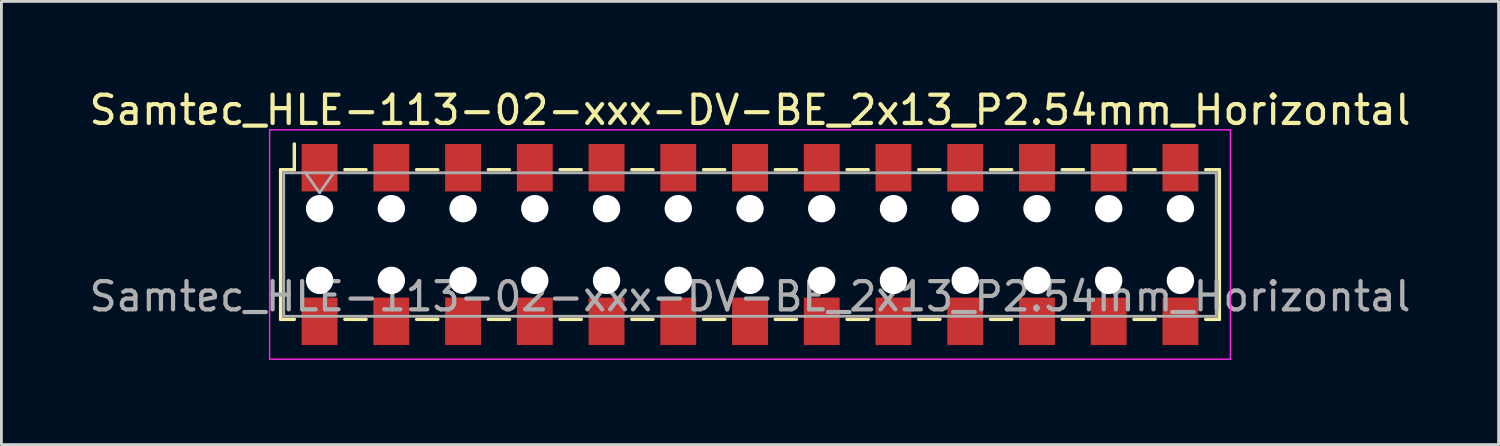
<source format=kicad_pcb>
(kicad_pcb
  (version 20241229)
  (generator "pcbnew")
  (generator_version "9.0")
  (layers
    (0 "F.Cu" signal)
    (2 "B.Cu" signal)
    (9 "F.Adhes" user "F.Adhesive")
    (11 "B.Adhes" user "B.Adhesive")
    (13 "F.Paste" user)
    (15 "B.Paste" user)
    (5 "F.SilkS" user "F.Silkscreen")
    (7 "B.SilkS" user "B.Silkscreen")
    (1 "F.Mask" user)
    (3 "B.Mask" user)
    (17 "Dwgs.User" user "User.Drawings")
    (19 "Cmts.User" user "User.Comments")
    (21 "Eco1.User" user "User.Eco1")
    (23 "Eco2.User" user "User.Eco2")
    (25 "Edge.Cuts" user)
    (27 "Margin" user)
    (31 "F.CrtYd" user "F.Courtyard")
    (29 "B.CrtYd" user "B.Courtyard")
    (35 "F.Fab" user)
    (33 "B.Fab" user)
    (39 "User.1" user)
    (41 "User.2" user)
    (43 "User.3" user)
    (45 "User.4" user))
  (footprint "Samtec_HLE-113-02-xxx-DV-BE_2x13_P2.54mm_Horizontal"
    (layer "F.Cu")
    (at 23.506 5.608)
    (property "Reference" "Samtec_HLE-113-02-xxx-DV-BE_2x13_P2.54mm_Horizontal" (at 0 -4.76 0) (layer "F.SilkS") (effects (font (size 1 1) (thickness 0.15))))
    (attr smd)
    (fp_line (start -16.62 -2.65) (end -16.62 2.65) (stroke (width 0.12) (type solid)) (layer "F.SilkS"))
    (fp_line (start -16.62 2.65) (end -16.135 2.65) (stroke (width 0.12) (type solid)) (layer "F.SilkS"))
    (fp_line (start -16.135 -3.56) (end -16.135 -2.65) (stroke (width 0.12) (type solid)) (layer "F.SilkS"))
    (fp_line (start -16.135 -2.65) (end -16.62 -2.65) (stroke (width 0.12) (type solid)) (layer "F.SilkS"))
    (fp_line (start -14.345 -2.65) (end -13.595 -2.65) (stroke (width 0.12) (type solid)) (layer "F.SilkS"))
    (fp_line (start -14.345 2.65) (end -13.595 2.65) (stroke (width 0.12) (type solid)) (layer "F.SilkS"))
    (fp_line (start -11.805 -2.65) (end -11.055 -2.65) (stroke (width 0.12) (type solid)) (layer "F.SilkS"))
    (fp_line (start -11.805 2.65) (end -11.055 2.65) (stroke (width 0.12) (type solid)) (layer "F.SilkS"))
    (fp_line (start -9.265 -2.65) (end -8.515 -2.65) (stroke (width 0.12) (type solid)) (layer "F.SilkS"))
    (fp_line (start -9.265 2.65) (end -8.515 2.65) (stroke (width 0.12) (type solid)) (layer "F.SilkS"))
    (fp_line (start -6.725 -2.65) (end -5.975 -2.65) (stroke (width 0.12) (type solid)) (layer "F.SilkS"))
    (fp_line (start -6.725 2.65) (end -5.975 2.65) (stroke (width 0.12) (type solid)) (layer "F.SilkS"))
    (fp_line (start -4.185 -2.65) (end -3.435 -2.65) (stroke (width 0.12) (type solid)) (layer "F.SilkS"))
    (fp_line (start -4.185 2.65) (end -3.435 2.65) (stroke (width 0.12) (type solid)) (layer "F.SilkS"))
    (fp_line (start -1.645 -2.65) (end -0.895 -2.65) (stroke (width 0.12) (type solid)) (layer "F.SilkS"))
    (fp_line (start -1.645 2.65) (end -0.895 2.65) (stroke (width 0.12) (type solid)) (layer "F.SilkS"))
    (fp_line (start 0.895 -2.65) (end 1.645 -2.65) (stroke (width 0.12) (type solid)) (layer "F.SilkS"))
    (fp_line (start 0.895 2.65) (end 1.645 2.65) (stroke (width 0.12) (type solid)) (layer "F.SilkS"))
    (fp_line (start 3.435 -2.65) (end 4.185 -2.65) (stroke (width 0.12) (type solid)) (layer "F.SilkS"))
    (fp_line (start 3.435 2.65) (end 4.185 2.65) (stroke (width 0.12) (type solid)) (layer "F.SilkS"))
    (fp_line (start 5.975 -2.65) (end 6.725 -2.65) (stroke (width 0.12) (type solid)) (layer "F.SilkS"))
    (fp_line (start 5.975 2.65) (end 6.725 2.65) (stroke (width 0.12) (type solid)) (layer "F.SilkS"))
    (fp_line (start 8.515 -2.65) (end 9.265 -2.65) (stroke (width 0.12) (type solid)) (layer "F.SilkS"))
    (fp_line (start 8.515 2.65) (end 9.265 2.65) (stroke (width 0.12) (type solid)) (layer "F.SilkS"))
    (fp_line (start 11.055 -2.65) (end 11.805 -2.65) (stroke (width 0.12) (type solid)) (layer "F.SilkS"))
    (fp_line (start 11.055 2.65) (end 11.805 2.65) (stroke (width 0.12) (type solid)) (layer "F.SilkS"))
    (fp_line (start 13.595 -2.65) (end 14.345 -2.65) (stroke (width 0.12) (type solid)) (layer "F.SilkS"))
    (fp_line (start 13.595 2.65) (end 14.345 2.65) (stroke (width 0.12) (type solid)) (layer "F.SilkS"))
    (fp_line (start 16.135 -2.65) (end 16.62 -2.65) (stroke (width 0.12) (type solid)) (layer "F.SilkS"))
    (fp_line (start 16.62 -2.65) (end 16.62 2.65) (stroke (width 0.12) (type solid)) (layer "F.SilkS"))
    (fp_line (start 16.62 2.65) (end 16.135 2.65) (stroke (width 0.12) (type solid)) (layer "F.SilkS"))
    (fp_line (start -17.01 -4.06) (end 17.01 -4.06) (stroke (width 0.05) (type solid)) (layer "F.CrtYd"))
    (fp_line (start -17.01 4.06) (end -17.01 -4.06) (stroke (width 0.05) (type solid)) (layer "F.CrtYd"))
    (fp_line (start 17.01 -4.06) (end 17.01 4.06) (stroke (width 0.05) (type solid)) (layer "F.CrtYd"))
    (fp_line (start 17.01 4.06) (end -17.01 4.06) (stroke (width 0.05) (type solid)) (layer "F.CrtYd"))
    (fp_line (start -16.51 -2.54) (end 16.51 -2.54) (stroke (width 0.1) (type solid)) (layer "F.Fab"))
    (fp_line (start -16.51 2.54) (end -16.51 -2.54) (stroke (width 0.1) (type solid)) (layer "F.Fab"))
    (fp_line (start -15.74 -2.54) (end -15.24 -1.833) (stroke (width 0.1) (type solid)) (layer "F.Fab"))
    (fp_line (start -15.24 -1.833) (end -14.74 -2.54) (stroke (width 0.1) (type solid)) (layer "F.Fab"))
    (fp_line (start 16.51 -2.54) (end 16.51 2.54) (stroke (width 0.1) (type solid)) (layer "F.Fab"))
    (fp_line (start 16.51 2.54) (end -16.51 2.54) (stroke (width 0.1) (type solid)) (layer "F.Fab"))
    (fp_text user "${REFERENCE}" (at 0 1.84 0) (layer "F.Fab") (effects (font (size 1 1) (thickness 0.15))))
    (pad "" np_thru_hole circle (at -15.24 -1.27) (size 0.97 0.97) (drill 0.97) (layers "*.Cu" "*.Mask"))
    (pad "" np_thru_hole circle (at -15.24 1.27) (size 0.97 0.97) (drill 0.97) (layers "*.Cu" "*.Mask"))
    (pad "" np_thru_hole circle (at -12.7 -1.27) (size 0.97 0.97) (drill 0.97) (layers "*.Cu" "*.Mask"))
    (pad "" np_thru_hole circle (at -12.7 1.27) (size 0.97 0.97) (drill 0.97) (layers "*.Cu" "*.Mask"))
    (pad "" np_thru_hole circle (at -10.16 -1.27) (size 0.97 0.97) (drill 0.97) (layers "*.Cu" "*.Mask"))
    (pad "" np_thru_hole circle (at -10.16 1.27) (size 0.97 0.97) (drill 0.97) (layers "*.Cu" "*.Mask"))
    (pad "" np_thru_hole circle (at -7.62 -1.27) (size 0.97 0.97) (drill 0.97) (layers "*.Cu" "*.Mask"))
    (pad "" np_thru_hole circle (at -7.62 1.27) (size 0.97 0.97) (drill 0.97) (layers "*.Cu" "*.Mask"))
    (pad "" np_thru_hole circle (at -5.08 -1.27) (size 0.97 0.97) (drill 0.97) (layers "*.Cu" "*.Mask"))
    (pad "" np_thru_hole circle (at -5.08 1.27) (size 0.97 0.97) (drill 0.97) (layers "*.Cu" "*.Mask"))
    (pad "" np_thru_hole circle (at -2.54 -1.27) (size 0.97 0.97) (drill 0.97) (layers "*.Cu" "*.Mask"))
    (pad "" np_thru_hole circle (at -2.54 1.27) (size 0.97 0.97) (drill 0.97) (layers "*.Cu" "*.Mask"))
    (pad "" np_thru_hole circle (at 0 -1.27) (size 0.97 0.97) (drill 0.97) (layers "*.Cu" "*.Mask"))
    (pad "" np_thru_hole circle (at 0 1.27) (size 0.97 0.97) (drill 0.97) (layers "*.Cu" "*.Mask"))
    (pad "" np_thru_hole circle (at 2.54 -1.27) (size 0.97 0.97) (drill 0.97) (layers "*.Cu" "*.Mask"))
    (pad "" np_thru_hole circle (at 2.54 1.27) (size 0.97 0.97) (drill 0.97) (layers "*.Cu" "*.Mask"))
    (pad "" np_thru_hole circle (at 5.08 -1.27) (size 0.97 0.97) (drill 0.97) (layers "*.Cu" "*.Mask"))
    (pad "" np_thru_hole circle (at 5.08 1.27) (size 0.97 0.97) (drill 0.97) (layers "*.Cu" "*.Mask"))
    (pad "" np_thru_hole circle (at 7.62 -1.27) (size 0.97 0.97) (drill 0.97) (layers "*.Cu" "*.Mask"))
    (pad "" np_thru_hole circle (at 7.62 1.27) (size 0.97 0.97) (drill 0.97) (layers "*.Cu" "*.Mask"))
    (pad "" np_thru_hole circle (at 10.16 -1.27) (size 0.97 0.97) (drill 0.97) (layers "*.Cu" "*.Mask"))
    (pad "" np_thru_hole circle (at 10.16 1.27) (size 0.97 0.97) (drill 0.97) (layers "*.Cu" "*.Mask"))
    (pad "" np_thru_hole circle (at 12.7 -1.27) (size 0.97 0.97) (drill 0.97) (layers "*.Cu" "*.Mask"))
    (pad "" np_thru_hole circle (at 12.7 1.27) (size 0.97 0.97) (drill 0.97) (layers "*.Cu" "*.Mask"))
    (pad "" np_thru_hole circle (at 15.24 -1.27) (size 0.97 0.97) (drill 0.97) (layers "*.Cu" "*.Mask"))
    (pad "" np_thru_hole circle (at 15.24 1.27) (size 0.97 0.97) (drill 0.97) (layers "*.Cu" "*.Mask"))
    (pad "1" smd rect (at -15.24 -2.72) (size 1.27 1.68) (layers "F.Cu" "F.Mask" "F.Paste"))
    (pad "2" smd rect (at -15.24 2.72) (size 1.27 1.68) (layers "F.Cu" "F.Mask" "F.Paste"))
    (pad "3" smd rect (at -12.7 -2.72) (size 1.27 1.68) (layers "F.Cu" "F.Mask" "F.Paste"))
    (pad "4" smd rect (at -12.7 2.72) (size 1.27 1.68) (layers "F.Cu" "F.Mask" "F.Paste"))
    (pad "5" smd rect (at -10.16 -2.72) (size 1.27 1.68) (layers "F.Cu" "F.Mask" "F.Paste"))
    (pad "6" smd rect (at -10.16 2.72) (size 1.27 1.68) (layers "F.Cu" "F.Mask" "F.Paste"))
    (pad "7" smd rect (at -7.62 -2.72) (size 1.27 1.68) (layers "F.Cu" "F.Mask" "F.Paste"))
    (pad "8" smd rect (at -7.62 2.72) (size 1.27 1.68) (layers "F.Cu" "F.Mask" "F.Paste"))
    (pad "9" smd rect (at -5.08 -2.72) (size 1.27 1.68) (layers "F.Cu" "F.Mask" "F.Paste"))
    (pad "10" smd rect (at -5.08 2.72) (size 1.27 1.68) (layers "F.Cu" "F.Mask" "F.Paste"))
    (pad "11" smd rect (at -2.54 -2.72) (size 1.27 1.68) (layers "F.Cu" "F.Mask" "F.Paste"))
    (pad "12" smd rect (at -2.54 2.72) (size 1.27 1.68) (layers "F.Cu" "F.Mask" "F.Paste"))
    (pad "13" smd rect (at 0 -2.72) (size 1.27 1.68) (layers "F.Cu" "F.Mask" "F.Paste"))
    (pad "14" smd rect (at 0 2.72) (size 1.27 1.68) (layers "F.Cu" "F.Mask" "F.Paste"))
    (pad "15" smd rect (at 2.54 -2.72) (size 1.27 1.68) (layers "F.Cu" "F.Mask" "F.Paste"))
    (pad "16" smd rect (at 2.54 2.72) (size 1.27 1.68) (layers "F.Cu" "F.Mask" "F.Paste"))
    (pad "17" smd rect (at 5.08 -2.72) (size 1.27 1.68) (layers "F.Cu" "F.Mask" "F.Paste"))
    (pad "18" smd rect (at 5.08 2.72) (size 1.27 1.68) (layers "F.Cu" "F.Mask" "F.Paste"))
    (pad "19" smd rect (at 7.62 -2.72) (size 1.27 1.68) (layers "F.Cu" "F.Mask" "F.Paste"))
    (pad "20" smd rect (at 7.62 2.72) (size 1.27 1.68) (layers "F.Cu" "F.Mask" "F.Paste"))
    (pad "21" smd rect (at 10.16 -2.72) (size 1.27 1.68) (layers "F.Cu" "F.Mask" "F.Paste"))
    (pad "22" smd rect (at 10.16 2.72) (size 1.27 1.68) (layers "F.Cu" "F.Mask" "F.Paste"))
    (pad "23" smd rect (at 12.7 -2.72) (size 1.27 1.68) (layers "F.Cu" "F.Mask" "F.Paste"))
    (pad "24" smd rect (at 12.7 2.72) (size 1.27 1.68) (layers "F.Cu" "F.Mask" "F.Paste"))
    (pad "25" smd rect (at 15.24 -2.72) (size 1.27 1.68) (layers "F.Cu" "F.Mask" "F.Paste"))
    (pad "26" smd rect (at 15.24 2.72) (size 1.27 1.68) (layers "F.Cu" "F.Mask" "F.Paste")))
  (gr_rect
    (start -3 -3)
    (end 50.012 12.693)
    (stroke (width 0.1) (type default))
    (fill no)
    (layer "Edge.Cuts")))
</source>
